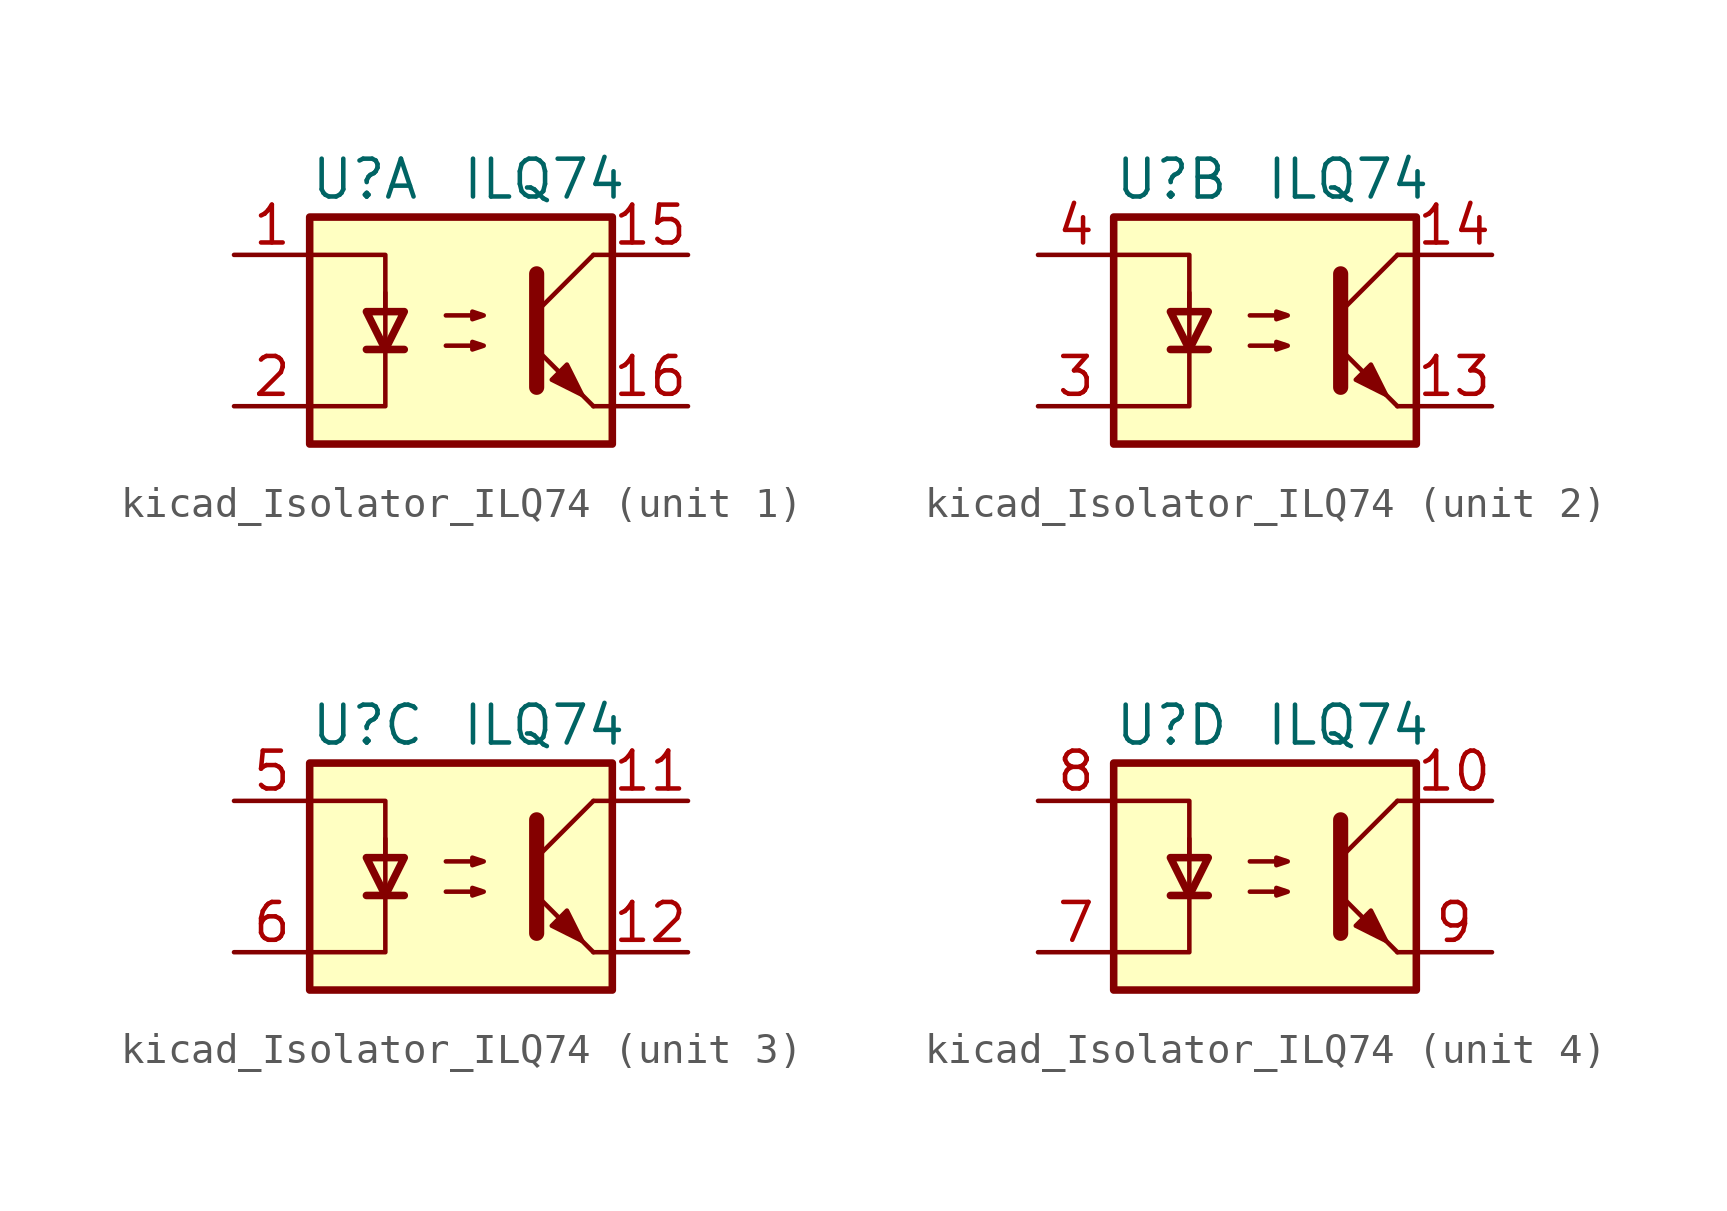
<source format=kicad_sym>
(kicad_symbol_lib
  (version 20220914)
  (generator kicad_symbol_editor)
  (symbol "kicad_Isolator_ILQ74"
    (pin_names
      (offset 1.016))
    (property "Reference" "U"
      (at -5.08 5.08 0)
      (effects (font (size 1.27 1.27)) (justify left)))
    (property "Value" "ILQ74"
      (at 0 5.08 0)
      (effects (font (size 1.27 1.27)) (justify left)))
    (symbol "kicad_Isolator_ILQ74_0_1"
      (rectangle (start -5.08 3.81) (end 5.08 -3.81) (stroke (width 0.254) (type default)) (fill (type background)))
      (polyline (pts (xy -3.175 -0.635) (xy -1.905 -0.635)) (stroke (width 0.254) (type default)) (fill (type none)))
      (polyline (pts (xy 2.54 0.635) (xy 4.445 2.54)) (stroke (width 0) (type default)) (fill (type none)))
      (polyline (pts (xy 4.445 -2.54) (xy 2.54 -0.635)) (stroke (width 0) (type default)) (fill (type outline)))
      (polyline (pts (xy 4.445 -2.54) (xy 5.08 -2.54)) (stroke (width 0) (type default)) (fill (type none)))
      (polyline (pts (xy 4.445 2.54) (xy 5.08 2.54)) (stroke (width 0) (type default)) (fill (type none)))
      (polyline (pts (xy -5.08 2.54) (xy -2.54 2.54) (xy -2.54 0.635)) (stroke (width 0) (type default)) (fill (type none)))
      (polyline (pts (xy 2.54 1.905) (xy 2.54 -1.905) (xy 2.54 -1.905)) (stroke (width 0.508) (type default)) (fill (type none)))
      (polyline (pts (xy -2.54 -0.635) (xy -3.175 0.635) (xy -1.905 0.635) (xy -2.54 -0.635)) (stroke (width 0.254) (type default)) (fill (type none)))
      (polyline (pts (xy -2.54 -0.635) (xy -2.54 1.27) (xy -2.54 -2.54) (xy -5.08 -2.54)) (stroke (width 0) (type default)) (fill (type none)))
      (polyline (pts (xy -0.508 -0.508) (xy 0.762 -0.508) (xy 0.381 -0.635) (xy 0.381 -0.381) (xy 0.762 -0.508)) (stroke (width 0) (type default)) (fill (type none)))
      (polyline (pts (xy -0.508 0.508) (xy 0.762 0.508) (xy 0.381 0.381) (xy 0.381 0.635) (xy 0.762 0.508)) (stroke (width 0) (type default)) (fill (type none)))
      (polyline (pts (xy 3.048 -1.651) (xy 3.556 -1.143) (xy 4.064 -2.159) (xy 3.048 -1.651) (xy 3.048 -1.651)) (stroke (width 0) (type default)) (fill (type outline))))
    (symbol "kicad_Isolator_ILQ74_1_1"
      (pin passive line (at -7.62 2.54 0) (length 2.54) (name "~" (effects (font (size 1.27 1.27)))) (number "1" (effects (font (size 1.27 1.27)))))
      (pin passive line (at 7.62 2.54 180) (length 2.54) (name "~" (effects (font (size 1.27 1.27)))) (number "15" (effects (font (size 1.27 1.27)))))
      (pin passive line (at 7.62 -2.54 180) (length 2.54) (name "~" (effects (font (size 1.27 1.27)))) (number "16" (effects (font (size 1.27 1.27)))))
      (pin passive line (at -7.62 -2.54 0) (length 2.54) (name "~" (effects (font (size 1.27 1.27)))) (number "2" (effects (font (size 1.27 1.27))))))
    (symbol "kicad_Isolator_ILQ74_2_1"
      (pin passive line (at 7.62 -2.54 180) (length 2.54) (name "~" (effects (font (size 1.27 1.27)))) (number "13" (effects (font (size 1.27 1.27)))))
      (pin passive line (at 7.62 2.54 180) (length 2.54) (name "~" (effects (font (size 1.27 1.27)))) (number "14" (effects (font (size 1.27 1.27)))))
      (pin passive line (at -7.62 -2.54 0) (length 2.54) (name "~" (effects (font (size 1.27 1.27)))) (number "3" (effects (font (size 1.27 1.27)))))
      (pin passive line (at -7.62 2.54 0) (length 2.54) (name "~" (effects (font (size 1.27 1.27)))) (number "4" (effects (font (size 1.27 1.27))))))
    (symbol "kicad_Isolator_ILQ74_3_1"
      (pin passive line (at 7.62 2.54 180) (length 2.54) (name "~" (effects (font (size 1.27 1.27)))) (number "11" (effects (font (size 1.27 1.27)))))
      (pin passive line (at 7.62 -2.54 180) (length 2.54) (name "~" (effects (font (size 1.27 1.27)))) (number "12" (effects (font (size 1.27 1.27)))))
      (pin passive line (at -7.62 2.54 0) (length 2.54) (name "~" (effects (font (size 1.27 1.27)))) (number "5" (effects (font (size 1.27 1.27)))))
      (pin passive line (at -7.62 -2.54 0) (length 2.54) (name "~" (effects (font (size 1.27 1.27)))) (number "6" (effects (font (size 1.27 1.27))))))
    (symbol "kicad_Isolator_ILQ74_4_1"
      (pin passive line (at 7.62 2.54 180) (length 2.54) (name "~" (effects (font (size 1.27 1.27)))) (number "10" (effects (font (size 1.27 1.27)))))
      (pin passive line (at -7.62 -2.54 0) (length 2.54) (name "~" (effects (font (size 1.27 1.27)))) (number "7" (effects (font (size 1.27 1.27)))))
      (pin passive line (at -7.62 2.54 0) (length 2.54) (name "~" (effects (font (size 1.27 1.27)))) (number "8" (effects (font (size 1.27 1.27)))))
      (pin passive line (at 7.62 -2.54 180) (length 2.54) (name "~" (effects (font (size 1.27 1.27)))) (number "9" (effects (font (size 1.27 1.27))))))))
</source>
